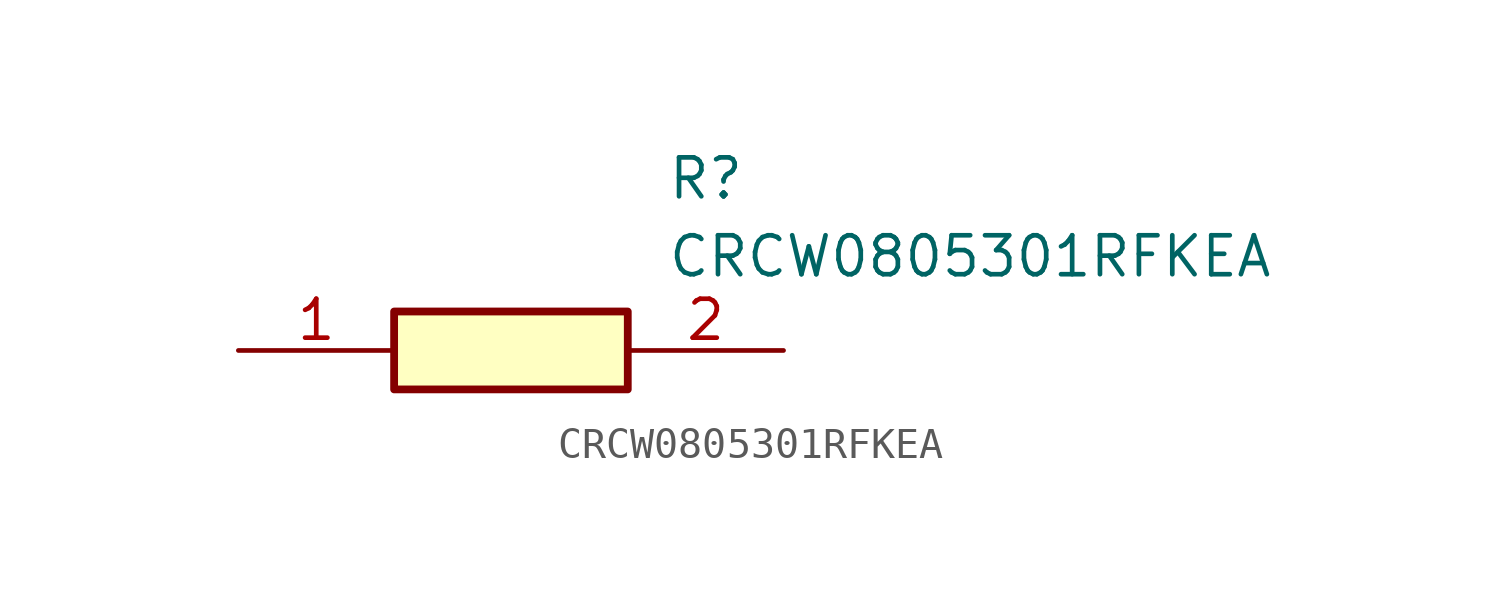
<source format=kicad_sym>
(kicad_symbol_lib
  (version 20211014)
  (generator SamacSys_ECAD_Model)
  (symbol "CRCW0805301RFKEA"
    (pin_names hide)
    (property "Reference" "R"
      (at 13.97 6.35 0)
      (effects (font (size 1.27 1.27)) (justify left top)))
    (property "Value" "CRCW0805301RFKEA"
      (at 13.97 3.81 0)
      (effects (font (size 1.27 1.27)) (justify left top)))
    (rectangle
      (start 5.08 1.27)
      (end 12.7 -1.27)
      (stroke (width 0.254) (type default))
      (fill (type background)))
    (pin passive line
      (at 0 0 0)
      (length 5.08)
      (name "1" (effects (font (size 1.27 1.27))))
      (number "1" (effects (font (size 1.27 1.27)))))
    (pin passive line
      (at 17.78 0 180)
      (length 5.08)
      (name "2" (effects (font (size 1.27 1.27))))
      (number "2" (effects (font (size 1.27 1.27)))))))
</source>
